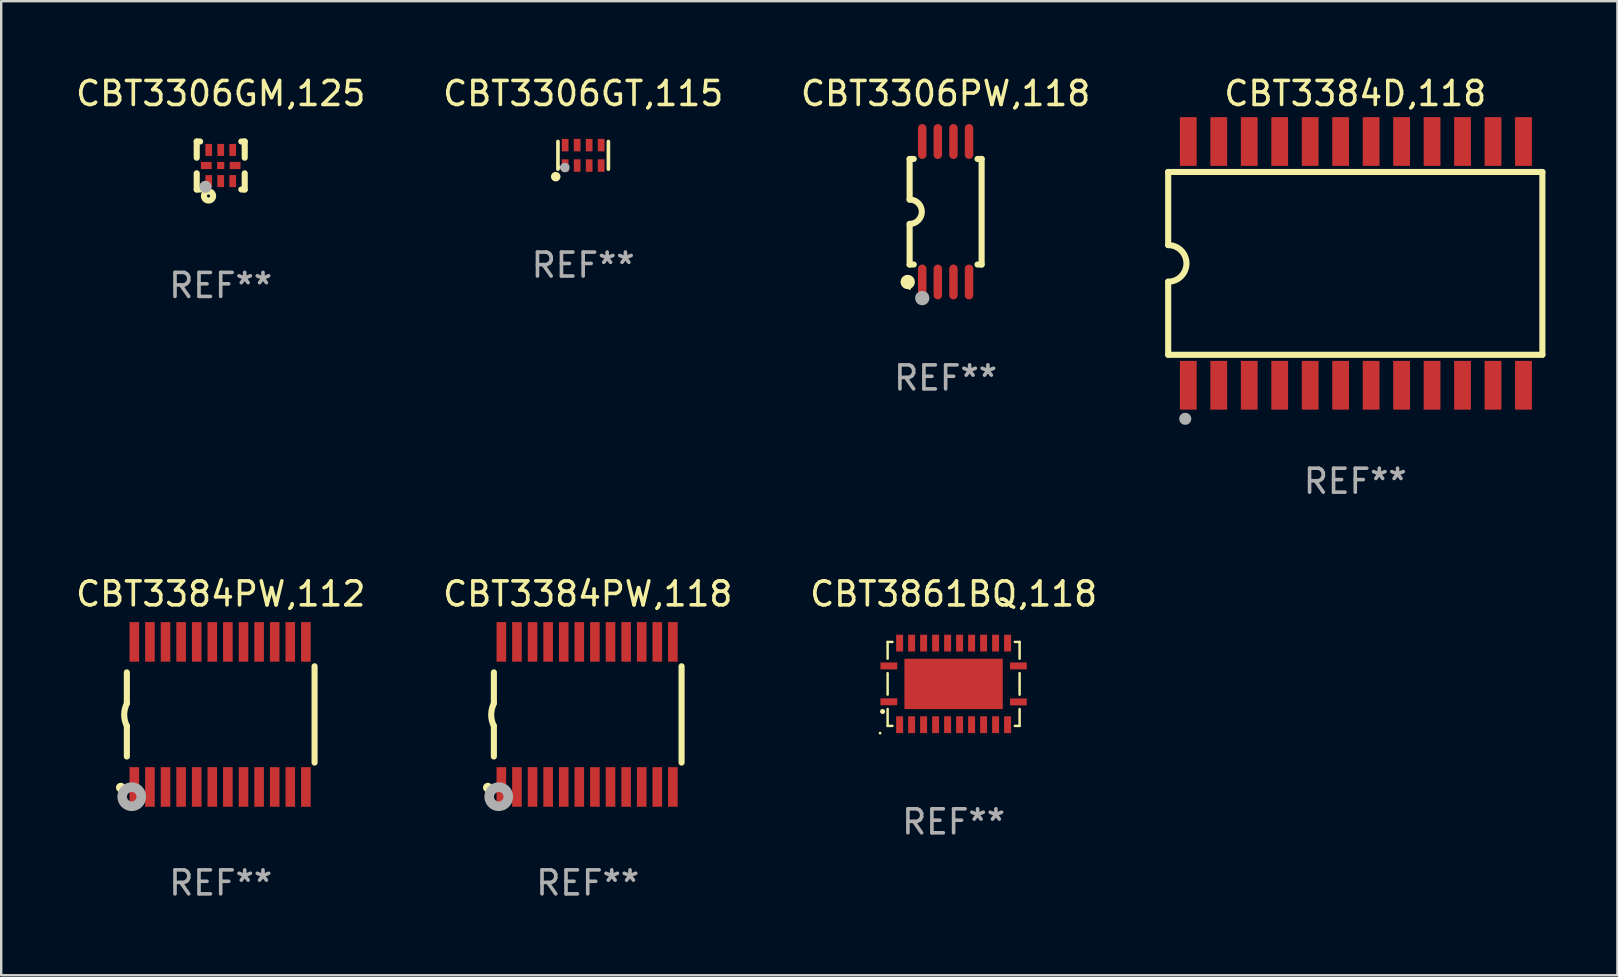
<source format=kicad_pcb>
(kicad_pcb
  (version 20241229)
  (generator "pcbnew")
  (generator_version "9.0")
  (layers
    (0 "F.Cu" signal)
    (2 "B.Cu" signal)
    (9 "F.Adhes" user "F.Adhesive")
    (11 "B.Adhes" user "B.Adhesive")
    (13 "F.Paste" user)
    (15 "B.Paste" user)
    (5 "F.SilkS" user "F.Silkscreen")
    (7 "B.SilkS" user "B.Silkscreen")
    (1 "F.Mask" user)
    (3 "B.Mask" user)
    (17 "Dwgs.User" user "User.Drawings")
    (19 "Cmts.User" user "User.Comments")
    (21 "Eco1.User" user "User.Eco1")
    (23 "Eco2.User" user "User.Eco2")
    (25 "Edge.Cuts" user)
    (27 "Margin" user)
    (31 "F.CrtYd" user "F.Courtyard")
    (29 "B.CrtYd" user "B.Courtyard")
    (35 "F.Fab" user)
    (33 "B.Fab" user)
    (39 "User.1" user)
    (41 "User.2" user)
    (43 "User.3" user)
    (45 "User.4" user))
  (footprint "CBT3306GT,115"
    (layer "F.Cu")
    (at 21.256 3.424)
    (property "Reference" "CBT3306GT,115" (at 0 -2.576 0) (layer "F.SilkS") (effects (font (size 1 1) (thickness 0.15))))
    (attr through_hole)
    (fp_line (start -1.051 0.576) (end -1.051 -0.576) (stroke (width 0.152) (type solid)) (layer "F.SilkS"))
    (fp_line (start 1.051 -0.576) (end 1.051 0.576) (stroke (width 0.152) (type solid)) (layer "F.SilkS"))
    (fp_circle (center -1.143 0.889) (end -1.043 0.889) (stroke (width 0.2) (type solid)) (fill no) (layer "F.SilkS"))
    (fp_circle (center -0.975 0.5) (end -0.945 0.5) (stroke (width 0.06) (type solid)) (fill no) (layer "F.SilkS"))
    (fp_circle (center -0.762 0.508) (end -0.662 0.508) (stroke (width 0.2) (type solid)) (fill no) (layer "F.Fab"))
    (fp_text user "REF**" (at 0 4.576 0) (layer "F.Fab") (effects (font (size 1 1) (thickness 0.15))))
    (pad "1" smd rect (at -0.75 0.425) (size 0.28 0.521) (layers "F.Cu" "F.Mask" "F.Paste"))
    (pad "2" smd rect (at -0.25 0.425) (size 0.28 0.521) (layers "F.Cu" "F.Mask" "F.Paste"))
    (pad "3" smd rect (at 0.25 0.425) (size 0.28 0.521) (layers "F.Cu" "F.Mask" "F.Paste"))
    (pad "4" smd rect (at 0.75 0.425) (size 0.28 0.521) (layers "F.Cu" "F.Mask" "F.Paste"))
    (pad "5" smd rect (at 0.75 -0.425) (size 0.28 0.521) (layers "F.Cu" "F.Mask" "F.Paste"))
    (pad "6" smd rect (at 0.25 -0.425) (size 0.28 0.521) (layers "F.Cu" "F.Mask" "F.Paste"))
    (pad "7" smd rect (at -0.25 -0.425) (size 0.28 0.521) (layers "F.Cu" "F.Mask" "F.Paste"))
    (pad "8" smd rect (at -0.75 -0.425) (size 0.28 0.521) (layers "F.Cu" "F.Mask" "F.Paste")))
  (footprint "CBT3384PW,118"
    (layer "F.Cu")
    (at 21.446 26.727)
    (property "Reference" "CBT3384PW,118" (at 0 -5.023 0) (layer "F.SilkS") (effects (font (size 1 1) (thickness 0.15))))
    (attr through_hole)
    (fp_line (start -3.912 -0.483) (end -3.912 -1.753) (stroke (width 0.254) (type solid)) (layer "F.SilkS"))
    (fp_line (start -3.912 1.753) (end -3.912 0.483) (stroke (width 0.254) (type solid)) (layer "F.SilkS"))
    (fp_line (start 3.912 -2.007) (end 3.912 2.007) (stroke (width 0.254) (type solid)) (layer "F.SilkS"))
    (fp_arc (start -3.911608 0.482601) (mid -4.022537 0.0127) (end -3.911608 -0.457201) (stroke (width 0.254001) (type solid)) (layer "F.SilkS"))
    (fp_circle (center -4.166 3.048) (end -4.066 3.048) (stroke (width 0.2) (type solid)) (fill no) (layer "F.SilkS"))
    (fp_circle (center -3.925 3.186) (end -3.895 3.186) (stroke (width 0.06) (type solid)) (fill no) (layer "F.SilkS"))
    (fp_circle (center -3.708 3.429) (end -3.509 3.429) (stroke (width 0.4) (type solid)) (fill no) (layer "F.Fab"))
    (fp_text user "REF**" (at 0 7.023 0) (layer "F.Fab") (effects (font (size 1 1) (thickness 0.15))))
    (pad "1" smd rect (at -3.6 3.023) (size 0.4 1.65) (layers "F.Cu" "F.Mask" "F.Paste"))
    (pad "2" smd rect (at -2.95 3.023) (size 0.4 1.65) (layers "F.Cu" "F.Mask" "F.Paste"))
    (pad "3" smd rect (at -2.3 3.023) (size 0.4 1.65) (layers "F.Cu" "F.Mask" "F.Paste"))
    (pad "4" smd rect (at -1.65 3.023) (size 0.4 1.65) (layers "F.Cu" "F.Mask" "F.Paste"))
    (pad "5" smd rect (at -1 3.023) (size 0.4 1.65) (layers "F.Cu" "F.Mask" "F.Paste"))
    (pad "6" smd rect (at -0.35 3.023) (size 0.4 1.65) (layers "F.Cu" "F.Mask" "F.Paste"))
    (pad "7" smd rect (at 0.299 3.023) (size 0.4 1.65) (layers "F.Cu" "F.Mask" "F.Paste"))
    (pad "8" smd rect (at 0.95 3.023) (size 0.4 1.65) (layers "F.Cu" "F.Mask" "F.Paste"))
    (pad "9" smd rect (at 1.6 3.023) (size 0.4 1.65) (layers "F.Cu" "F.Mask" "F.Paste"))
    (pad "10" smd rect (at 2.25 3.023) (size 0.4 1.65) (layers "F.Cu" "F.Mask" "F.Paste"))
    (pad "11" smd rect (at 2.9 3.023) (size 0.4 1.65) (layers "F.Cu" "F.Mask" "F.Paste"))
    (pad "12" smd rect (at 3.549 3.023) (size 0.4 1.65) (layers "F.Cu" "F.Mask" "F.Paste"))
    (pad "13" smd rect (at 3.549 -3.023) (size 0.4 1.65) (layers "F.Cu" "F.Mask" "F.Paste"))
    (pad "14" smd rect (at 2.9 -3.023) (size 0.4 1.65) (layers "F.Cu" "F.Mask" "F.Paste"))
    (pad "15" smd rect (at 2.25 -3.023) (size 0.4 1.65) (layers "F.Cu" "F.Mask" "F.Paste"))
    (pad "16" smd rect (at 1.6 -3.023) (size 0.4 1.65) (layers "F.Cu" "F.Mask" "F.Paste"))
    (pad "17" smd rect (at 0.95 -3.023) (size 0.4 1.65) (layers "F.Cu" "F.Mask" "F.Paste"))
    (pad "18" smd rect (at 0.299 -3.023) (size 0.4 1.65) (layers "F.Cu" "F.Mask" "F.Paste"))
    (pad "19" smd rect (at -0.35 -3.023) (size 0.4 1.65) (layers "F.Cu" "F.Mask" "F.Paste"))
    (pad "20" smd rect (at -1 -3.023) (size 0.4 1.65) (layers "F.Cu" "F.Mask" "F.Paste"))
    (pad "21" smd rect (at -1.65 -3.023) (size 0.4 1.65) (layers "F.Cu" "F.Mask" "F.Paste"))
    (pad "22" smd rect (at -2.3 -3.023) (size 0.4 1.65) (layers "F.Cu" "F.Mask" "F.Paste"))
    (pad "23" smd rect (at -2.95 -3.023) (size 0.4 1.65) (layers "F.Cu" "F.Mask" "F.Paste"))
    (pad "24" smd rect (at -3.6 -3.023) (size 0.4 1.65) (layers "F.Cu" "F.Mask" "F.Paste")))
  (footprint "CBT3384D,118"
    (layer "F.Cu")
    (at 53.437 7.928)
    (property "Reference" "CBT3384D,118" (at 0 -7.08 0) (layer "F.SilkS") (effects (font (size 1 1) (thickness 0.15))))
    (attr through_hole)
    (fp_line (start -7.798 -3.81) (end -7.798 -0.762) (stroke (width 0.254) (type solid)) (layer "F.SilkS"))
    (fp_line (start -7.798 3.81) (end -7.798 0.762) (stroke (width 0.254) (type solid)) (layer "F.SilkS"))
    (fp_line (start 7.798 -3.81) (end -7.798 -3.81) (stroke (width 0.254) (type solid)) (layer "F.SilkS"))
    (fp_line (start 7.798 3.81) (end -7.798 3.81) (stroke (width 0.254) (type solid)) (layer "F.SilkS"))
    (fp_line (start 7.798 3.81) (end 7.798 -3.81) (stroke (width 0.254) (type solid)) (layer "F.SilkS"))
    (fp_arc (start -7.797791 -0.762002) (mid -7.03579 -0.000001) (end -7.79779 0.762002) (stroke (width 0.254001) (type solid)) (layer "F.SilkS"))
    (fp_circle (center -7.825 3.75) (end -7.795 3.75) (stroke (width 0.06) (type solid)) (fill no) (layer "F.SilkS"))
    (fp_circle (center -7.087 6.477) (end -6.96 6.477) (stroke (width 0.254) (type solid)) (fill no) (layer "F.Fab"))
    (fp_text user "REF**" (at 0 9.08 0) (layer "F.Fab") (effects (font (size 1 1) (thickness 0.15))))
    (pad "1" smd rect (at -6.96 5.08 90) (size 2.032 0.7) (layers "F.Cu" "F.Mask" "F.Paste"))
    (pad "2" smd rect (at -5.69 5.08 90) (size 2.032 0.7) (layers "F.Cu" "F.Mask" "F.Paste"))
    (pad "3" smd rect (at -4.42 5.08 90) (size 2.032 0.7) (layers "F.Cu" "F.Mask" "F.Paste"))
    (pad "4" smd rect (at -3.15 5.08 90) (size 2.032 0.7) (layers "F.Cu" "F.Mask" "F.Paste"))
    (pad "5" smd rect (at -1.88 5.08 90) (size 2.032 0.7) (layers "F.Cu" "F.Mask" "F.Paste"))
    (pad "6" smd rect (at -0.61 5.08 90) (size 2.032 0.7) (layers "F.Cu" "F.Mask" "F.Paste"))
    (pad "7" smd rect (at 0.66 5.08 90) (size 2.032 0.7) (layers "F.Cu" "F.Mask" "F.Paste"))
    (pad "8" smd rect (at 1.93 5.08 90) (size 2.032 0.7) (layers "F.Cu" "F.Mask" "F.Paste"))
    (pad "9" smd rect (at 3.2 5.08 90) (size 2.032 0.7) (layers "F.Cu" "F.Mask" "F.Paste"))
    (pad "10" smd rect (at 4.47 5.08 90) (size 2.032 0.7) (layers "F.Cu" "F.Mask" "F.Paste"))
    (pad "11" smd rect (at 5.74 5.08 90) (size 2.032 0.7) (layers "F.Cu" "F.Mask" "F.Paste"))
    (pad "12" smd rect (at 7.01 5.08 90) (size 2.032 0.7) (layers "F.Cu" "F.Mask" "F.Paste"))
    (pad "13" smd rect (at 7.01 -5.08 90) (size 2.032 0.7) (layers "F.Cu" "F.Mask" "F.Paste"))
    (pad "14" smd rect (at 5.74 -5.08 90) (size 2.032 0.7) (layers "F.Cu" "F.Mask" "F.Paste"))
    (pad "15" smd rect (at 4.47 -5.08 90) (size 2.032 0.7) (layers "F.Cu" "F.Mask" "F.Paste"))
    (pad "16" smd rect (at 3.2 -5.08 90) (size 2.032 0.7) (layers "F.Cu" "F.Mask" "F.Paste"))
    (pad "17" smd rect (at 1.93 -5.08 90) (size 2.032 0.7) (layers "F.Cu" "F.Mask" "F.Paste"))
    (pad "18" smd rect (at 0.66 -5.08 90) (size 2.032 0.7) (layers "F.Cu" "F.Mask" "F.Paste"))
    (pad "19" smd rect (at -0.61 -5.08 90) (size 2.032 0.7) (layers "F.Cu" "F.Mask" "F.Paste"))
    (pad "20" smd rect (at -1.88 -5.08 90) (size 2.032 0.7) (layers "F.Cu" "F.Mask" "F.Paste"))
    (pad "21" smd rect (at -3.15 -5.08 90) (size 2.032 0.7) (layers "F.Cu" "F.Mask" "F.Paste"))
    (pad "22" smd rect (at -4.42 -5.08 90) (size 2.032 0.7) (layers "F.Cu" "F.Mask" "F.Paste"))
    (pad "23" smd rect (at -5.69 -5.08 90) (size 2.032 0.7) (layers "F.Cu" "F.Mask" "F.Paste"))
    (pad "24" smd rect (at -6.96 -5.08 90) (size 2.032 0.7) (layers "F.Cu" "F.Mask" "F.Paste")))
  (footprint "CBT3306PW,118"
    (layer "F.Cu")
    (at 36.363 5.775)
    (property "Reference" "CBT3306PW,118" (at 0 -4.927 0) (layer "F.SilkS") (effects (font (size 1 1) (thickness 0.15))))
    (attr through_hole)
    (fp_line (start -1.5 -2.2) (end -1.5 -0.508) (stroke (width 0.254) (type solid)) (layer "F.SilkS"))
    (fp_line (start -1.5 -2.2) (end -1.328 -2.2) (stroke (width 0.254) (type solid)) (layer "F.SilkS"))
    (fp_line (start -1.5 2.2) (end -1.5 0.508) (stroke (width 0.254) (type solid)) (layer "F.SilkS"))
    (fp_line (start -1.5 2.2) (end -1.328 2.2) (stroke (width 0.254) (type solid)) (layer "F.SilkS"))
    (fp_line (start 1.328 -2.2) (end 1.5 -2.2) (stroke (width 0.254) (type solid)) (layer "F.SilkS"))
    (fp_line (start 1.328 2.2) (end 1.5 2.2) (stroke (width 0.254) (type solid)) (layer "F.SilkS"))
    (fp_line (start 1.5 -2.2) (end 1.5 2.2) (stroke (width 0.254) (type solid)) (layer "F.SilkS"))
    (fp_arc (start -1.501144 -0.508) (mid -0.993143 -0.000571) (end -1.5 0.508001) (stroke (width 0.254001) (type solid)) (layer "F.SilkS"))
    (fp_circle (center -1.581 2.927) (end -1.431 2.927) (stroke (width 0.3) (type solid)) (fill no) (layer "F.SilkS"))
    (fp_circle (center -1.5 3.2) (end -1.47 3.2) (stroke (width 0.06) (type solid)) (fill no) (layer "F.SilkS"))
    (fp_circle (center -0.975 3.6) (end -0.825 3.6) (stroke (width 0.3) (type solid)) (fill no) (layer "F.Fab"))
    (fp_text user "REF**" (at 0 6.927 0) (layer "F.Fab") (effects (font (size 1 1) (thickness 0.15))))
    (pad "1" smd oval (at -0.975 2.927) (size 0.353 1.454) (layers "F.Cu" "F.Mask" "F.Paste"))
    (pad "2" smd oval (at -0.325 2.927) (size 0.353 1.454) (layers "F.Cu" "F.Mask" "F.Paste"))
    (pad "3" smd oval (at 0.325 2.927) (size 0.353 1.454) (layers "F.Cu" "F.Mask" "F.Paste"))
    (pad "4" smd oval (at 0.975 2.927) (size 0.353 1.454) (layers "F.Cu" "F.Mask" "F.Paste"))
    (pad "5" smd oval (at 0.975 -2.927) (size 0.353 1.454) (layers "F.Cu" "F.Mask" "F.Paste"))
    (pad "6" smd oval (at 0.325 -2.927) (size 0.353 1.454) (layers "F.Cu" "F.Mask" "F.Paste"))
    (pad "7" smd oval (at -0.325 -2.927) (size 0.353 1.454) (layers "F.Cu" "F.Mask" "F.Paste"))
    (pad "8" smd oval (at -0.975 -2.927) (size 0.353 1.454) (layers "F.Cu" "F.Mask" "F.Paste")))
  (footprint "CBT3306GM,125"
    (layer "F.Cu")
    (at 6.149 3.848)
    (property "Reference" "CBT3306GM,125" (at 0 -3 0) (layer "F.SilkS") (effects (font (size 1 1) (thickness 0.15))))
    (attr through_hole)
    (fp_line (start -1 -1) (end -0.858 -1) (stroke (width 0.254) (type solid)) (layer "F.SilkS"))
    (fp_line (start -1 -0.325) (end -1 -1) (stroke (width 0.254) (type solid)) (layer "F.SilkS"))
    (fp_line (start -1 1) (end -1 0.325) (stroke (width 0.254) (type solid)) (layer "F.SilkS"))
    (fp_line (start -0.858 1) (end -1 1) (stroke (width 0.254) (type solid)) (layer "F.SilkS"))
    (fp_line (start 0.858 -1) (end 1 -1) (stroke (width 0.254) (type solid)) (layer "F.SilkS"))
    (fp_line (start 1 -1) (end 1 -0.325) (stroke (width 0.254) (type solid)) (layer "F.SilkS"))
    (fp_line (start 1 0.325) (end 1 1) (stroke (width 0.254) (type solid)) (layer "F.SilkS"))
    (fp_line (start 1 1) (end 0.858 1) (stroke (width 0.254) (type solid)) (layer "F.SilkS"))
    (fp_circle (center -0.8 0.8) (end -0.77 0.8) (stroke (width 0.06) (type solid)) (fill no) (layer "F.SilkS"))
    (fp_circle (center -0.508 1.27) (end -0.444 1.27) (stroke (width 0.254) (type solid)) (fill no) (layer "F.SilkS"))
    (fp_circle (center -0.635 0.889) (end -0.508 0.889) (stroke (width 0.254) (type solid)) (fill no) (layer "F.Fab"))
    (fp_text user "REF**" (at 0 5 0) (layer "F.Fab") (effects (font (size 1 1) (thickness 0.15))))
    (pad "1" smd rect (at -0.5 0.65 90) (size 0.5 0.28) (layers "F.Cu" "F.Mask" "F.Paste"))
    (pad "2" smd rect (at 0.000013 0.65 90) (size 0.5 0.28) (layers "F.Cu" "F.Mask" "F.Paste"))
    (pad "3" smd rect (at 0.5 0.65 90) (size 0.5 0.28) (layers "F.Cu" "F.Mask" "F.Paste"))
    (pad "4" smd rect (at 0.6 0.000076 180) (size 0.45 0.3) (layers "F.Cu" "F.Mask" "F.Paste"))
    (pad "5" smd rect (at 0.5 -0.65 90) (size 0.5 0.28) (layers "F.Cu" "F.Mask" "F.Paste"))
    (pad "6" smd rect (at 0.000013 -0.65 90) (size 0.5 0.28) (layers "F.Cu" "F.Mask" "F.Paste"))
    (pad "7" smd rect (at -0.5 -0.65 90) (size 0.5 0.28) (layers "F.Cu" "F.Mask" "F.Paste"))
    (pad "8" smd rect (at -0.6 0.000076 180) (size 0.45 0.3) (layers "F.Cu" "F.Mask" "F.Paste"))
    (pad "9" smd rect (at 0.000013 0.000076 180) (size 0.3 0.3) (layers "F.Cu" "F.Mask" "F.Paste")))
  (footprint "CBT3861BQ,118"
    (layer "F.Cu")
    (at 36.696 25.455)
    (property "Reference" "CBT3861BQ,118" (at 0 -3.75 0) (layer "F.SilkS") (effects (font (size 1 1) (thickness 0.15))))
    (attr through_hole)
    (fp_line (start -2.75 -1.75) (end -2.75 -1.05) (stroke (width 0.102) (type solid)) (layer "F.SilkS"))
    (fp_line (start -2.75 -1.75) (end -2.55 -1.75) (stroke (width 0.102) (type solid)) (layer "F.SilkS"))
    (fp_line (start -2.75 -0.45) (end -2.75 0.445) (stroke (width 0.102) (type solid)) (layer "F.SilkS"))
    (fp_line (start -2.75 1.75) (end -2.75 1.045) (stroke (width 0.102) (type solid)) (layer "F.SilkS"))
    (fp_line (start -2.55 1.75) (end -2.75 1.75) (stroke (width 0.102) (type solid)) (layer "F.SilkS"))
    (fp_line (start 2.55 -1.75) (end 2.75 -1.75) (stroke (width 0.102) (type solid)) (layer "F.SilkS"))
    (fp_line (start 2.75 -1.75) (end 2.75 -1.05) (stroke (width 0.102) (type solid)) (layer "F.SilkS"))
    (fp_line (start 2.75 -0.45) (end 2.75 0.45) (stroke (width 0.102) (type solid)) (layer "F.SilkS"))
    (fp_line (start 2.75 1.05) (end 2.75 1.75) (stroke (width 0.102) (type solid)) (layer "F.SilkS"))
    (fp_line (start 2.75 1.75) (end 2.55 1.75) (stroke (width 0.102) (type solid)) (layer "F.SilkS"))
    (fp_circle (center -3.065 2.05) (end -3.035 2.05) (stroke (width 0.06) (type solid)) (fill no) (layer "F.SilkS"))
    (fp_circle (center -2.96 1.15) (end -2.906 1.15) (stroke (width 0.102) (type solid)) (fill no) (layer "F.SilkS"))
    (fp_text user "REF**" (at 0 5.75 0) (layer "F.Fab") (effects (font (size 1 1) (thickness 0.15))))
    (pad "1" smd rect (at -2.7 0.745 90) (size 0.29 0.7) (layers "F.Cu" "F.Mask" "F.Paste"))
    (pad "2" smd rect (at -2.25 1.7) (size 0.29 0.7) (layers "F.Cu" "F.Mask" "F.Paste"))
    (pad "3" smd rect (at -1.75 1.7) (size 0.29 0.7) (layers "F.Cu" "F.Mask" "F.Paste"))
    (pad "4" smd rect (at -1.25 1.7) (size 0.29 0.7) (layers "F.Cu" "F.Mask" "F.Paste"))
    (pad "5" smd rect (at -0.75 1.7) (size 0.29 0.7) (layers "F.Cu" "F.Mask" "F.Paste"))
    (pad "6" smd rect (at -0.25 1.7) (size 0.29 0.7) (layers "F.Cu" "F.Mask" "F.Paste"))
    (pad "7" smd rect (at 0.25 1.7) (size 0.29 0.7) (layers "F.Cu" "F.Mask" "F.Paste"))
    (pad "8" smd rect (at 0.75 1.7) (size 0.29 0.7) (layers "F.Cu" "F.Mask" "F.Paste"))
    (pad "9" smd rect (at 1.25 1.7) (size 0.29 0.7) (layers "F.Cu" "F.Mask" "F.Paste"))
    (pad "10" smd rect (at 1.75 1.7) (size 0.29 0.7) (layers "F.Cu" "F.Mask" "F.Paste"))
    (pad "11" smd rect (at 2.25 1.7) (size 0.29 0.7) (layers "F.Cu" "F.Mask" "F.Paste"))
    (pad "12" smd rect (at 2.7 0.75 90) (size 0.29 0.7) (layers "F.Cu" "F.Mask" "F.Paste"))
    (pad "13" smd rect (at 2.7 -0.75 90) (size 0.29 0.7) (layers "F.Cu" "F.Mask" "F.Paste"))
    (pad "14" smd rect (at 2.25 -1.7 180) (size 0.29 0.7) (layers "F.Cu" "F.Mask" "F.Paste"))
    (pad "15" smd rect (at 1.75 -1.7 180) (size 0.29 0.7) (layers "F.Cu" "F.Mask" "F.Paste"))
    (pad "16" smd rect (at 1.25 -1.7 180) (size 0.29 0.7) (layers "F.Cu" "F.Mask" "F.Paste"))
    (pad "17" smd rect (at 0.75 -1.7 180) (size 0.29 0.7) (layers "F.Cu" "F.Mask" "F.Paste"))
    (pad "18" smd rect (at 0.25 -1.7 180) (size 0.29 0.7) (layers "F.Cu" "F.Mask" "F.Paste"))
    (pad "19" smd rect (at -0.25 -1.7 180) (size 0.29 0.7) (layers "F.Cu" "F.Mask" "F.Paste"))
    (pad "20" smd rect (at -0.75 -1.7 180) (size 0.29 0.7) (layers "F.Cu" "F.Mask" "F.Paste"))
    (pad "21" smd rect (at -1.25 -1.7 180) (size 0.29 0.7) (layers "F.Cu" "F.Mask" "F.Paste"))
    (pad "22" smd rect (at -1.75 -1.7 180) (size 0.29 0.7) (layers "F.Cu" "F.Mask" "F.Paste"))
    (pad "23" smd rect (at -2.25 -1.7 180) (size 0.29 0.7) (layers "F.Cu" "F.Mask" "F.Paste"))
    (pad "24" smd rect (at -2.7 -0.75 270) (size 0.29 0.7) (layers "F.Cu" "F.Mask" "F.Paste"))
    (pad "25" smd rect (at 0 0) (size 4.1 2.1) (layers "F.Cu" "F.Mask" "F.Paste")))
  (footprint "CBT3384PW,112"
    (layer "F.Cu")
    (at 6.149 26.727)
    (property "Reference" "CBT3384PW,112" (at 0 -5.023 0) (layer "F.SilkS") (effects (font (size 1 1) (thickness 0.15))))
    (attr through_hole)
    (fp_line (start -3.912 -0.483) (end -3.912 -1.753) (stroke (width 0.254) (type solid)) (layer "F.SilkS"))
    (fp_line (start -3.912 1.753) (end -3.912 0.483) (stroke (width 0.254) (type solid)) (layer "F.SilkS"))
    (fp_line (start 3.912 -2.007) (end 3.912 2.007) (stroke (width 0.254) (type solid)) (layer "F.SilkS"))
    (fp_arc (start -3.911608 0.482601) (mid -4.022537 0.0127) (end -3.911608 -0.457201) (stroke (width 0.254001) (type solid)) (layer "F.SilkS"))
    (fp_circle (center -4.166 3.048) (end -4.066 3.048) (stroke (width 0.2) (type solid)) (fill no) (layer "F.SilkS"))
    (fp_circle (center -3.925 3.186) (end -3.895 3.186) (stroke (width 0.06) (type solid)) (fill no) (layer "F.SilkS"))
    (fp_circle (center -3.708 3.429) (end -3.509 3.429) (stroke (width 0.4) (type solid)) (fill no) (layer "F.Fab"))
    (fp_text user "REF**" (at 0 7.023 0) (layer "F.Fab") (effects (font (size 1 1) (thickness 0.15))))
    (pad "1" smd rect (at -3.6 3.023) (size 0.4 1.65) (layers "F.Cu" "F.Mask" "F.Paste"))
    (pad "2" smd rect (at -2.95 3.023) (size 0.4 1.65) (layers "F.Cu" "F.Mask" "F.Paste"))
    (pad "3" smd rect (at -2.3 3.023) (size 0.4 1.65) (layers "F.Cu" "F.Mask" "F.Paste"))
    (pad "4" smd rect (at -1.65 3.023) (size 0.4 1.65) (layers "F.Cu" "F.Mask" "F.Paste"))
    (pad "5" smd rect (at -1 3.023) (size 0.4 1.65) (layers "F.Cu" "F.Mask" "F.Paste"))
    (pad "6" smd rect (at -0.35 3.023) (size 0.4 1.65) (layers "F.Cu" "F.Mask" "F.Paste"))
    (pad "7" smd rect (at 0.299 3.023) (size 0.4 1.65) (layers "F.Cu" "F.Mask" "F.Paste"))
    (pad "8" smd rect (at 0.95 3.023) (size 0.4 1.65) (layers "F.Cu" "F.Mask" "F.Paste"))
    (pad "9" smd rect (at 1.6 3.023) (size 0.4 1.65) (layers "F.Cu" "F.Mask" "F.Paste"))
    (pad "10" smd rect (at 2.25 3.023) (size 0.4 1.65) (layers "F.Cu" "F.Mask" "F.Paste"))
    (pad "11" smd rect (at 2.9 3.023) (size 0.4 1.65) (layers "F.Cu" "F.Mask" "F.Paste"))
    (pad "12" smd rect (at 3.549 3.023) (size 0.4 1.65) (layers "F.Cu" "F.Mask" "F.Paste"))
    (pad "13" smd rect (at 3.549 -3.023) (size 0.4 1.65) (layers "F.Cu" "F.Mask" "F.Paste"))
    (pad "14" smd rect (at 2.9 -3.023) (size 0.4 1.65) (layers "F.Cu" "F.Mask" "F.Paste"))
    (pad "15" smd rect (at 2.25 -3.023) (size 0.4 1.65) (layers "F.Cu" "F.Mask" "F.Paste"))
    (pad "16" smd rect (at 1.6 -3.023) (size 0.4 1.65) (layers "F.Cu" "F.Mask" "F.Paste"))
    (pad "17" smd rect (at 0.95 -3.023) (size 0.4 1.65) (layers "F.Cu" "F.Mask" "F.Paste"))
    (pad "18" smd rect (at 0.299 -3.023) (size 0.4 1.65) (layers "F.Cu" "F.Mask" "F.Paste"))
    (pad "19" smd rect (at -0.35 -3.023) (size 0.4 1.65) (layers "F.Cu" "F.Mask" "F.Paste"))
    (pad "20" smd rect (at -1 -3.023) (size 0.4 1.65) (layers "F.Cu" "F.Mask" "F.Paste"))
    (pad "21" smd rect (at -1.65 -3.023) (size 0.4 1.65) (layers "F.Cu" "F.Mask" "F.Paste"))
    (pad "22" smd rect (at -2.3 -3.023) (size 0.4 1.65) (layers "F.Cu" "F.Mask" "F.Paste"))
    (pad "23" smd rect (at -2.95 -3.023) (size 0.4 1.65) (layers "F.Cu" "F.Mask" "F.Paste"))
    (pad "24" smd rect (at -3.6 -3.023) (size 0.4 1.65) (layers "F.Cu" "F.Mask" "F.Paste")))
  (gr_rect
    (start -3 -3)
    (end 64.362 37.598)
    (stroke (width 0.1) (type default))
    (fill no)
    (layer "Edge.Cuts")))
</source>
